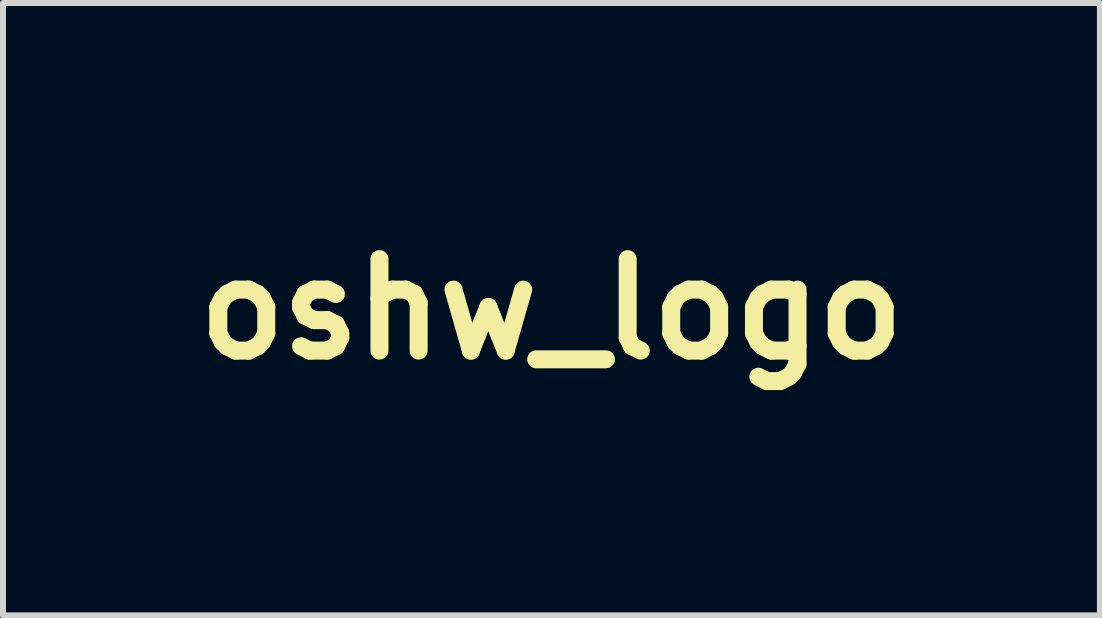
<source format=kicad_pcb>
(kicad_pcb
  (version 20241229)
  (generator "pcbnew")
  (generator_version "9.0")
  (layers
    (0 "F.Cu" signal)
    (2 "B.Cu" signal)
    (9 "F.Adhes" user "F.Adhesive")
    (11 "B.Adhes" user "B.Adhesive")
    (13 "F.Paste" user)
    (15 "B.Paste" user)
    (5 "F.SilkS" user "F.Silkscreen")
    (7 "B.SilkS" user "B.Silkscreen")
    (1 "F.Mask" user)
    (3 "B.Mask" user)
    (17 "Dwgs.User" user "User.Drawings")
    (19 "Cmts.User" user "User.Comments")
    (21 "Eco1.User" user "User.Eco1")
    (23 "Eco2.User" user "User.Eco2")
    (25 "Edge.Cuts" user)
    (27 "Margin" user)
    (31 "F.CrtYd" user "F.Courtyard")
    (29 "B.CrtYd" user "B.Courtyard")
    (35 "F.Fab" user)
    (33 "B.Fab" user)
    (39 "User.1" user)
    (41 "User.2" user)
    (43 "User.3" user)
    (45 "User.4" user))
  (footprint "oshw_logo"
    (layer "F.Cu")
    (at 6.14 2.103)
    (property "Reference" "oshw_logo" (at 0 0 0) (layer "F.SilkS") (effects (font (size 1.524 1.524) (thickness 0.3))))
    (attr board_only exclude_from_pos_files exclude_from_bom)
    (fp_poly (pts (xy 1.168 1.686) (xy 1.198 1.702) (xy 1.2 1.706) (xy 1.198 1.714) (xy 1.19 1.725) (xy 1.176 1.743) (xy 1.175 1.744) (xy 1.145 1.781) (xy 1.124 1.77) (xy 1.098 1.762) (xy 1.071 1.763) (xy 1.047 1.773) (xy 1.027 1.79) (xy 1.018 1.803) (xy 1.016 1.81) (xy 1.013 1.818) (xy 1.012 1.83) (xy 1.011 1.845) (xy 1.01 1.867) (xy 1.009 1.895) (xy 1.009 1.932) (xy 1.009 1.959) (xy 1.009 2.097) (xy 0.925 2.097) (xy 0.925 1.682) (xy 1.009 1.682) (xy 1.009 1.719) (xy 1.028 1.705) (xy 1.06 1.687) (xy 1.095 1.678) (xy 1.132 1.678)) (stroke (width 0) (type solid)) (fill yes) (layer "F.Mask"))
    (fp_poly (pts (xy -0.523 1.685) (xy -0.511 1.69) (xy -0.496 1.697) (xy -0.486 1.704) (xy -0.484 1.707) (xy -0.487 1.713) (xy -0.495 1.724) (xy -0.507 1.74) (xy -0.513 1.746) (xy -0.542 1.782) (xy -0.559 1.771) (xy -0.583 1.762) (xy -0.609 1.762) (xy -0.634 1.77) (xy -0.655 1.786) (xy -0.666 1.803) (xy -0.67 1.81) (xy -0.673 1.818) (xy -0.675 1.827) (xy -0.676 1.839) (xy -0.677 1.855) (xy -0.678 1.877) (xy -0.678 1.906) (xy -0.678 1.944) (xy -0.678 1.962) (xy -0.678 2.097) (xy -0.762 2.097) (xy -0.762 1.682) (xy -0.678 1.682) (xy -0.678 1.725) (xy -0.657 1.707) (xy -0.628 1.688) (xy -0.594 1.678) (xy -0.558 1.677)) (stroke (width 0) (type solid)) (fill yes) (layer "F.Mask"))
    (fp_poly (pts (xy 1.237 1.019) (xy 1.269 1.025) (xy 1.292 1.036) (xy 1.309 1.047) (xy 1.299 1.061) (xy 1.289 1.073) (xy 1.276 1.088) (xy 1.268 1.098) (xy 1.248 1.121) (xy 1.231 1.112) (xy 1.21 1.106) (xy 1.186 1.104) (xy 1.164 1.108) (xy 1.15 1.114) (xy 1.14 1.12) (xy 1.133 1.126) (xy 1.128 1.133) (xy 1.123 1.143) (xy 1.12 1.156) (xy 1.118 1.174) (xy 1.117 1.199) (xy 1.116 1.23) (xy 1.115 1.271) (xy 1.114 1.293) (xy 1.112 1.438) (xy 1.068 1.439) (xy 1.025 1.441) (xy 1.025 1.019) (xy 1.068 1.021) (xy 1.112 1.022) (xy 1.114 1.043) (xy 1.116 1.056) (xy 1.119 1.059) (xy 1.124 1.056) (xy 1.124 1.055) (xy 1.145 1.037) (xy 1.173 1.025) (xy 1.204 1.018)) (stroke (width 0) (type solid)) (fill yes) (layer "F.Mask"))
    (fp_poly (pts (xy 0.69 1.164) (xy 0.69 1.207) (xy 0.691 1.24) (xy 0.691 1.266) (xy 0.692 1.285) (xy 0.694 1.299) (xy 0.695 1.308) (xy 0.697 1.315) (xy 0.7 1.32) (xy 0.702 1.323) (xy 0.72 1.342) (xy 0.739 1.353) (xy 0.762 1.357) (xy 0.766 1.357) (xy 0.796 1.353) (xy 0.818 1.342) (xy 0.836 1.321) (xy 0.84 1.314) (xy 0.843 1.307) (xy 0.846 1.299) (xy 0.848 1.29) (xy 0.85 1.278) (xy 0.851 1.262) (xy 0.851 1.24) (xy 0.851 1.211) (xy 0.852 1.173) (xy 0.852 1.155) (xy 0.852 1.02) (xy 0.936 1.02) (xy 0.936 1.44) (xy 0.852 1.44) (xy 0.852 1.399) (xy 0.825 1.417) (xy 0.791 1.434) (xy 0.755 1.443) (xy 0.72 1.442) (xy 0.712 1.441) (xy 0.676 1.427) (xy 0.645 1.404) (xy 0.622 1.374) (xy 0.614 1.359) (xy 0.611 1.351) (xy 0.608 1.343) (xy 0.606 1.334) (xy 0.604 1.323) (xy 0.603 1.308) (xy 0.602 1.287) (xy 0.602 1.261) (xy 0.602 1.226) (xy 0.602 1.183) (xy 0.602 1.177) (xy 0.602 1.022) (xy 0.645 1.021) (xy 0.688 1.019)) (stroke (width 0) (type solid)) (fill yes) (layer "F.Mask"))
    (fp_poly (pts (xy -0.56 1.02) (xy -0.53 1.028) (xy -0.523 1.032) (xy -0.494 1.05) (xy -0.472 1.074) (xy -0.456 1.101) (xy -0.453 1.109) (xy -0.45 1.117) (xy -0.448 1.126) (xy -0.446 1.138) (xy -0.445 1.154) (xy -0.444 1.175) (xy -0.444 1.202) (xy -0.443 1.238) (xy -0.442 1.282) (xy -0.442 1.284) (xy -0.441 1.441) (xy -0.485 1.439) (xy -0.528 1.438) (xy -0.531 1.296) (xy -0.532 1.253) (xy -0.533 1.219) (xy -0.534 1.193) (xy -0.535 1.174) (xy -0.536 1.16) (xy -0.538 1.15) (xy -0.541 1.143) (xy -0.543 1.137) (xy -0.56 1.118) (xy -0.582 1.107) (xy -0.61 1.104) (xy -0.638 1.107) (xy -0.66 1.117) (xy -0.677 1.136) (xy -0.679 1.139) (xy -0.683 1.146) (xy -0.686 1.152) (xy -0.688 1.16) (xy -0.689 1.171) (xy -0.691 1.186) (xy -0.691 1.206) (xy -0.692 1.233) (xy -0.693 1.269) (xy -0.693 1.3) (xy -0.695 1.44) (xy -0.778 1.44) (xy -0.778 1.02) (xy -0.694 1.02) (xy -0.694 1.041) (xy -0.693 1.056) (xy -0.689 1.061) (xy -0.681 1.057) (xy -0.673 1.049) (xy -0.651 1.033) (xy -0.623 1.022) (xy -0.592 1.018)) (stroke (width 0) (type solid)) (fill yes) (layer "F.Mask"))
    (fp_poly (pts (xy -0.994 1.019) (xy -0.957 1.029) (xy -0.923 1.047) (xy -0.9 1.066) (xy -0.877 1.094) (xy -0.861 1.126) (xy -0.851 1.163) (xy -0.847 1.208) (xy -0.846 1.229) (xy -0.846 1.262) (xy -1.11 1.262) (xy -1.106 1.281) (xy -1.097 1.311) (xy -1.08 1.335) (xy -1.059 1.351) (xy -1.029 1.36) (xy -0.995 1.36) (xy -0.962 1.352) (xy -0.93 1.335) (xy -0.928 1.333) (xy -0.921 1.329) (xy -0.915 1.329) (xy -0.907 1.334) (xy -0.894 1.344) (xy -0.887 1.35) (xy -0.857 1.375) (xy -0.88 1.397) (xy -0.899 1.411) (xy -0.92 1.424) (xy -0.932 1.429) (xy -0.961 1.437) (xy -0.995 1.442) (xy -1.027 1.443) (xy -1.051 1.44) (xy -1.087 1.429) (xy -1.12 1.41) (xy -1.139 1.394) (xy -1.161 1.364) (xy -1.177 1.329) (xy -1.187 1.288) (xy -1.192 1.244) (xy -1.19 1.2) (xy -1.189 1.193) (xy -1.109 1.193) (xy -0.936 1.193) (xy -0.936 1.178) (xy -0.94 1.158) (xy -0.95 1.137) (xy -0.965 1.118) (xy -0.978 1.108) (xy -1.002 1.1) (xy -1.029 1.099) (xy -1.054 1.104) (xy -1.068 1.111) (xy -1.086 1.129) (xy -1.1 1.155) (xy -1.106 1.176) (xy -1.109 1.193) (xy -1.189 1.193) (xy -1.183 1.157) (xy -1.171 1.118) (xy -1.152 1.083) (xy -1.135 1.062) (xy -1.105 1.039) (xy -1.07 1.024) (xy -1.033 1.018)) (stroke (width 0) (type solid)) (fill yes) (layer "F.Mask"))
    (fp_poly (pts (xy 1.411 1.68) (xy 1.45 1.691) (xy 1.484 1.711) (xy 1.512 1.739) (xy 1.53 1.769) (xy 1.538 1.786) (xy 1.543 1.8) (xy 1.546 1.815) (xy 1.548 1.834) (xy 1.55 1.86) (xy 1.55 1.864) (xy 1.552 1.924) (xy 1.292 1.924) (xy 1.295 1.946) (xy 1.303 1.973) (xy 1.32 1.995) (xy 1.344 2.012) (xy 1.372 2.021) (xy 1.395 2.021) (xy 1.422 2.016) (xy 1.447 2.006) (xy 1.465 1.995) (xy 1.481 1.982) (xy 1.509 2.006) (xy 1.523 2.019) (xy 1.534 2.029) (xy 1.539 2.034) (xy 1.539 2.034) (xy 1.536 2.041) (xy 1.527 2.05) (xy 1.512 2.062) (xy 1.495 2.074) (xy 1.477 2.084) (xy 1.472 2.086) (xy 1.446 2.095) (xy 1.414 2.1) (xy 1.381 2.102) (xy 1.351 2.1) (xy 1.333 2.096) (xy 1.299 2.082) (xy 1.272 2.065) (xy 1.251 2.042) (xy 1.238 2.024) (xy 1.223 1.991) (xy 1.212 1.951) (xy 1.207 1.907) (xy 1.208 1.86) (xy 1.209 1.851) (xy 1.209 1.85) (xy 1.292 1.85) (xy 1.466 1.85) (xy 1.463 1.833) (xy 1.453 1.802) (xy 1.436 1.779) (xy 1.414 1.763) (xy 1.386 1.757) (xy 1.371 1.757) (xy 1.342 1.765) (xy 1.319 1.78) (xy 1.302 1.803) (xy 1.295 1.828) (xy 1.292 1.85) (xy 1.209 1.85) (xy 1.218 1.803) (xy 1.234 1.762) (xy 1.257 1.729) (xy 1.286 1.703) (xy 1.321 1.687) (xy 1.362 1.678) (xy 1.367 1.678)) (stroke (width 0) (type solid)) (fill yes) (layer "F.Mask"))
    (fp_poly (pts (xy 1.88 1.024) (xy 1.918 1.04) (xy 1.95 1.064) (xy 1.969 1.086) (xy 1.984 1.108) (xy 1.993 1.133) (xy 1.999 1.164) (xy 2.002 1.202) (xy 2.004 1.262) (xy 1.745 1.262) (xy 1.745 1.276) (xy 1.749 1.294) (xy 1.758 1.315) (xy 1.77 1.334) (xy 1.783 1.348) (xy 1.8 1.355) (xy 1.822 1.36) (xy 1.847 1.361) (xy 1.87 1.359) (xy 1.878 1.356) (xy 1.895 1.349) (xy 1.913 1.339) (xy 1.916 1.337) (xy 1.935 1.324) (xy 1.964 1.349) (xy 1.978 1.361) (xy 1.988 1.372) (xy 1.992 1.377) (xy 1.992 1.377) (xy 1.989 1.383) (xy 1.979 1.392) (xy 1.974 1.397) (xy 1.936 1.422) (xy 1.893 1.438) (xy 1.848 1.444) (xy 1.803 1.441) (xy 1.8 1.44) (xy 1.76 1.427) (xy 1.725 1.406) (xy 1.698 1.376) (xy 1.677 1.339) (xy 1.667 1.307) (xy 1.663 1.284) (xy 1.661 1.255) (xy 1.661 1.224) (xy 1.662 1.194) (xy 1.662 1.193) (xy 1.745 1.193) (xy 1.92 1.193) (xy 1.916 1.174) (xy 1.906 1.143) (xy 1.889 1.12) (xy 1.866 1.105) (xy 1.838 1.099) (xy 1.832 1.099) (xy 1.808 1.101) (xy 1.788 1.108) (xy 1.787 1.108) (xy 1.771 1.122) (xy 1.757 1.141) (xy 1.748 1.163) (xy 1.745 1.178) (xy 1.745 1.193) (xy 1.662 1.193) (xy 1.664 1.168) (xy 1.666 1.162) (xy 1.68 1.117) (xy 1.701 1.08) (xy 1.729 1.052) (xy 1.763 1.031) (xy 1.799 1.02) (xy 1.84 1.017)) (stroke (width 0) (type solid)) (fill yes) (layer "F.Mask"))
    (fp_poly (pts (xy 1.501 1.016) (xy 1.521 1.02) (xy 1.53 1.022) (xy 1.564 1.034) (xy 1.596 1.052) (xy 1.622 1.072) (xy 1.624 1.075) (xy 1.632 1.084) (xy 1.633 1.09) (xy 1.628 1.097) (xy 1.626 1.099) (xy 1.616 1.109) (xy 1.602 1.122) (xy 1.597 1.126) (xy 1.578 1.141) (xy 1.553 1.124) (xy 1.538 1.114) (xy 1.522 1.108) (xy 1.503 1.106) (xy 1.494 1.105) (xy 1.46 1.107) (xy 1.434 1.116) (xy 1.413 1.133) (xy 1.399 1.154) (xy 1.392 1.168) (xy 1.388 1.182) (xy 1.386 1.199) (xy 1.386 1.223) (xy 1.386 1.23) (xy 1.386 1.256) (xy 1.388 1.275) (xy 1.391 1.289) (xy 1.397 1.304) (xy 1.398 1.305) (xy 1.415 1.329) (xy 1.438 1.346) (xy 1.466 1.355) (xy 1.495 1.357) (xy 1.526 1.351) (xy 1.554 1.336) (xy 1.558 1.333) (xy 1.577 1.319) (xy 1.597 1.334) (xy 1.611 1.346) (xy 1.623 1.358) (xy 1.626 1.361) (xy 1.633 1.369) (xy 1.633 1.375) (xy 1.626 1.383) (xy 1.606 1.401) (xy 1.578 1.419) (xy 1.549 1.432) (xy 1.539 1.436) (xy 1.515 1.442) (xy 1.494 1.445) (xy 1.471 1.443) (xy 1.45 1.44) (xy 1.419 1.431) (xy 1.386 1.415) (xy 1.359 1.394) (xy 1.353 1.389) (xy 1.331 1.359) (xy 1.314 1.322) (xy 1.303 1.279) (xy 1.299 1.233) (xy 1.302 1.187) (xy 1.313 1.14) (xy 1.331 1.1) (xy 1.356 1.068) (xy 1.388 1.044) (xy 1.428 1.027) (xy 1.46 1.019) (xy 1.483 1.016)) (stroke (width 0) (type solid)) (fill yes) (layer "F.Mask"))
    (fp_poly (pts (xy -1.798 1.018) (xy -1.761 1.028) (xy -1.728 1.045) (xy -1.699 1.07) (xy -1.676 1.101) (xy -1.668 1.118) (xy -1.662 1.139) (xy -1.658 1.168) (xy -1.656 1.202) (xy -1.655 1.238) (xy -1.657 1.274) (xy -1.66 1.306) (xy -1.665 1.332) (xy -1.669 1.343) (xy -1.687 1.376) (xy -1.714 1.404) (xy -1.745 1.425) (xy -1.766 1.434) (xy -1.798 1.44) (xy -1.832 1.443) (xy -1.861 1.44) (xy -1.899 1.428) (xy -1.934 1.407) (xy -1.947 1.395) (xy -1.966 1.372) (xy -1.981 1.346) (xy -1.99 1.316) (xy -1.996 1.279) (xy -1.998 1.233) (xy -1.998 1.23) (xy -1.911 1.23) (xy -1.91 1.264) (xy -1.908 1.289) (xy -1.903 1.309) (xy -1.895 1.323) (xy -1.884 1.335) (xy -1.876 1.342) (xy -1.853 1.353) (xy -1.825 1.357) (xy -1.797 1.353) (xy -1.772 1.342) (xy -1.772 1.342) (xy -1.759 1.33) (xy -1.75 1.312) (xy -1.744 1.287) (xy -1.741 1.254) (xy -1.74 1.23) (xy -1.74 1.202) (xy -1.741 1.183) (xy -1.743 1.168) (xy -1.747 1.156) (xy -1.752 1.146) (xy -1.768 1.124) (xy -1.79 1.11) (xy -1.815 1.104) (xy -1.84 1.104) (xy -1.865 1.113) (xy -1.887 1.129) (xy -1.9 1.146) (xy -1.905 1.155) (xy -1.908 1.166) (xy -1.91 1.18) (xy -1.911 1.199) (xy -1.911 1.227) (xy -1.911 1.23) (xy -1.998 1.23) (xy -1.996 1.185) (xy -1.991 1.149) (xy -1.982 1.118) (xy -1.969 1.093) (xy -1.951 1.07) (xy -1.943 1.063) (xy -1.91 1.039) (xy -1.873 1.023) (xy -1.836 1.017)) (stroke (width 0) (type solid)) (fill yes) (layer "F.Mask"))
    (fp_poly (pts (xy 0.388 1.019) (xy 0.425 1.03) (xy 0.458 1.048) (xy 0.486 1.073) (xy 0.501 1.091) (xy 0.512 1.109) (xy 0.52 1.13) (xy 0.525 1.154) (xy 0.527 1.183) (xy 0.528 1.221) (xy 0.528 1.233) (xy 0.528 1.265) (xy 0.527 1.288) (xy 0.526 1.306) (xy 0.523 1.32) (xy 0.519 1.333) (xy 0.516 1.341) (xy 0.501 1.369) (xy 0.478 1.395) (xy 0.451 1.418) (xy 0.43 1.43) (xy 0.4 1.438) (xy 0.367 1.442) (xy 0.333 1.441) (xy 0.325 1.44) (xy 0.286 1.428) (xy 0.252 1.408) (xy 0.224 1.38) (xy 0.204 1.348) (xy 0.197 1.324) (xy 0.191 1.292) (xy 0.188 1.256) (xy 0.188 1.23) (xy 0.273 1.23) (xy 0.275 1.268) (xy 0.279 1.298) (xy 0.286 1.32) (xy 0.297 1.335) (xy 0.313 1.346) (xy 0.335 1.354) (xy 0.335 1.354) (xy 0.366 1.357) (xy 0.394 1.351) (xy 0.41 1.342) (xy 0.423 1.33) (xy 0.433 1.317) (xy 0.439 1.3) (xy 0.443 1.279) (xy 0.444 1.249) (xy 0.444 1.23) (xy 0.444 1.201) (xy 0.443 1.181) (xy 0.441 1.167) (xy 0.438 1.156) (xy 0.434 1.147) (xy 0.433 1.146) (xy 0.414 1.123) (xy 0.39 1.109) (xy 0.361 1.104) (xy 0.361 1.104) (xy 0.33 1.108) (xy 0.306 1.12) (xy 0.289 1.14) (xy 0.285 1.146) (xy 0.28 1.158) (xy 0.276 1.17) (xy 0.274 1.185) (xy 0.274 1.205) (xy 0.273 1.23) (xy 0.188 1.23) (xy 0.188 1.218) (xy 0.19 1.181) (xy 0.194 1.148) (xy 0.2 1.121) (xy 0.202 1.116) (xy 0.222 1.082) (xy 0.248 1.055) (xy 0.279 1.035) (xy 0.314 1.022) (xy 0.351 1.017)) (stroke (width 0) (type solid)) (fill yes) (layer "F.Mask"))
    (fp_poly (pts (xy -0.147 2.097) (xy -0.231 2.097) (xy -0.231 2.079) (xy -0.233 2.065) (xy -0.237 2.061) (xy -0.246 2.067) (xy -0.25 2.071) (xy -0.263 2.081) (xy -0.284 2.09) (xy -0.308 2.098) (xy -0.331 2.102) (xy -0.341 2.102) (xy -0.361 2.1) (xy -0.382 2.096) (xy -0.387 2.094) (xy -0.415 2.08) (xy -0.44 2.058) (xy -0.46 2.031) (xy -0.463 2.025) (xy -0.468 2.016) (xy -0.471 2.007) (xy -0.473 1.997) (xy -0.474 1.984) (xy -0.475 1.965) (xy -0.476 1.941) (xy -0.476 1.915) (xy -0.393 1.915) (xy -0.39 1.95) (xy -0.381 1.977) (xy -0.369 1.997) (xy -0.351 2.009) (xy -0.346 2.011) (xy -0.318 2.018) (xy -0.293 2.015) (xy -0.275 2.008) (xy -0.26 1.999) (xy -0.249 1.988) (xy -0.242 1.974) (xy -0.237 1.954) (xy -0.235 1.927) (xy -0.234 1.891) (xy -0.234 1.89) (xy -0.234 1.86) (xy -0.235 1.839) (xy -0.237 1.824) (xy -0.24 1.812) (xy -0.244 1.802) (xy -0.245 1.8) (xy -0.26 1.78) (xy -0.281 1.767) (xy -0.306 1.761) (xy -0.33 1.762) (xy -0.353 1.77) (xy -0.373 1.786) (xy -0.382 1.799) (xy -0.387 1.815) (xy -0.391 1.841) (xy -0.393 1.871) (xy -0.393 1.915) (xy -0.476 1.915) (xy -0.476 1.908) (xy -0.476 1.892) (xy -0.475 1.849) (xy -0.474 1.815) (xy -0.472 1.789) (xy -0.469 1.768) (xy -0.463 1.751) (xy -0.455 1.738) (xy -0.445 1.725) (xy -0.431 1.712) (xy -0.405 1.693) (xy -0.377 1.681) (xy -0.344 1.677) (xy -0.336 1.677) (xy -0.313 1.68) (xy -0.288 1.686) (xy -0.266 1.696) (xy -0.25 1.708) (xy -0.248 1.71) (xy -0.24 1.717) (xy -0.236 1.719) (xy -0.235 1.714) (xy -0.233 1.7) (xy -0.232 1.679) (xy -0.231 1.652) (xy -0.23 1.62) (xy -0.23 1.615) (xy -0.229 1.511) (xy -0.147 1.508)) (stroke (width 0) (type solid)) (fill yes) (layer "F.Mask"))
    (fp_poly (pts (xy -0.009 1.018) (xy 0.021 1.023) (xy 0.048 1.029) (xy 0.068 1.036) (xy 0.088 1.046) (xy 0.105 1.056) (xy 0.119 1.065) (xy 0.126 1.073) (xy 0.126 1.074) (xy 0.123 1.08) (xy 0.115 1.091) (xy 0.103 1.106) (xy 0.102 1.107) (xy 0.078 1.135) (xy 0.049 1.119) (xy 0.023 1.107) (xy -0.006 1.101) (xy -0.036 1.098) (xy -0.062 1.101) (xy -0.078 1.106) (xy -0.095 1.119) (xy -0.103 1.135) (xy -0.103 1.151) (xy -0.096 1.166) (xy -0.084 1.175) (xy -0.071 1.179) (xy -0.052 1.183) (xy -0.031 1.186) (xy -0.031 1.186) (xy 0.013 1.19) (xy 0.048 1.196) (xy 0.075 1.205) (xy 0.096 1.216) (xy 0.112 1.231) (xy 0.124 1.25) (xy 0.125 1.252) (xy 0.135 1.279) (xy 0.138 1.31) (xy 0.136 1.34) (xy 0.129 1.363) (xy 0.111 1.389) (xy 0.085 1.411) (xy 0.052 1.427) (xy 0.015 1.439) (xy -0.026 1.443) (xy -0.068 1.441) (xy -0.079 1.44) (xy -0.1 1.435) (xy -0.123 1.427) (xy -0.141 1.419) (xy -0.16 1.409) (xy -0.18 1.398) (xy -0.197 1.386) (xy -0.209 1.376) (xy -0.215 1.369) (xy -0.215 1.368) (xy -0.212 1.363) (xy -0.202 1.353) (xy -0.188 1.34) (xy -0.187 1.339) (xy -0.158 1.314) (xy -0.134 1.33) (xy -0.102 1.348) (xy -0.069 1.358) (xy -0.032 1.361) (xy -0.031 1.361) (xy 0.003 1.359) (xy 0.028 1.351) (xy 0.044 1.339) (xy 0.051 1.321) (xy 0.052 1.308) (xy 0.048 1.295) (xy 0.041 1.285) (xy 0.028 1.278) (xy 0.007 1.273) (xy -0.022 1.268) (xy -0.037 1.267) (xy -0.079 1.261) (xy -0.113 1.253) (xy -0.14 1.241) (xy -0.159 1.226) (xy -0.174 1.206) (xy -0.179 1.196) (xy -0.185 1.177) (xy -0.189 1.156) (xy -0.189 1.149) (xy -0.185 1.112) (xy -0.172 1.08) (xy -0.151 1.054) (xy -0.121 1.035) (xy -0.082 1.022) (xy -0.06 1.017) (xy -0.037 1.016)) (stroke (width 0) (type solid)) (fill yes) (layer "F.Mask"))
    (fp_poly (pts (xy -1.009 1.678) (xy -0.982 1.679) (xy -0.962 1.682) (xy -0.946 1.685) (xy -0.931 1.691) (xy -0.923 1.695) (xy -0.894 1.713) (xy -0.873 1.738) (xy -0.862 1.761) (xy -0.86 1.771) (xy -0.858 1.787) (xy -0.856 1.811) (xy -0.855 1.844) (xy -0.854 1.885) (xy -0.853 1.936) (xy -0.853 1.938) (xy -0.851 2.097) (xy -0.941 2.097) (xy -0.941 2.065) (xy -0.957 2.078) (xy -0.973 2.089) (xy -0.991 2.097) (xy -0.992 2.097) (xy -1.017 2.101) (xy -1.046 2.102) (xy -1.076 2.1) (xy -1.097 2.095) (xy -1.131 2.08) (xy -1.158 2.058) (xy -1.178 2.031) (xy -1.185 2.014) (xy -1.19 1.985) (xy -1.189 1.974) (xy -1.109 1.974) (xy -1.103 1.992) (xy -1.09 2.007) (xy -1.071 2.017) (xy -1.064 2.019) (xy -1.048 2.021) (xy -1.026 2.021) (xy -1.003 2.021) (xy -0.982 2.019) (xy -0.967 2.016) (xy -0.965 2.015) (xy -0.954 2.006) (xy -0.946 1.988) (xy -0.941 1.965) (xy -0.941 1.953) (xy -0.941 1.923) (xy -1.011 1.925) (xy -1.04 1.926) (xy -1.06 1.927) (xy -1.074 1.928) (xy -1.083 1.931) (xy -1.09 1.935) (xy -1.096 1.939) (xy -1.107 1.956) (xy -1.109 1.974) (xy -1.189 1.974) (xy -1.187 1.954) (xy -1.178 1.923) (xy -1.163 1.897) (xy -1.153 1.886) (xy -1.139 1.874) (xy -1.124 1.866) (xy -1.106 1.86) (xy -1.084 1.855) (xy -1.054 1.853) (xy -1.018 1.851) (xy -0.941 1.849) (xy -0.941 1.821) (xy -0.942 1.802) (xy -0.945 1.787) (xy -0.947 1.781) (xy -0.958 1.769) (xy -0.978 1.761) (xy -1.003 1.756) (xy -1.016 1.756) (xy -1.046 1.757) (xy -1.067 1.761) (xy -1.083 1.769) (xy -1.091 1.775) (xy -1.104 1.787) (xy -1.136 1.763) (xy -1.151 1.75) (xy -1.162 1.741) (xy -1.167 1.735) (xy -1.167 1.734) (xy -1.163 1.729) (xy -1.154 1.719) (xy -1.145 1.711) (xy -1.123 1.696) (xy -1.098 1.685) (xy -1.068 1.679) (xy -1.031 1.677)) (stroke (width 0) (type solid)) (fill yes) (layer "F.Mask"))
    (fp_poly (pts (xy 0.687 1.678) (xy 0.721 1.682) (xy 0.738 1.686) (xy 0.766 1.698) (xy 0.791 1.715) (xy 0.811 1.737) (xy 0.824 1.76) (xy 0.825 1.764) (xy 0.827 1.776) (xy 0.828 1.797) (xy 0.829 1.828) (xy 0.83 1.866) (xy 0.83 1.912) (xy 0.831 1.941) (xy 0.831 2.097) (xy 0.746 2.097) (xy 0.746 2.065) (xy 0.731 2.078) (xy 0.714 2.089) (xy 0.696 2.097) (xy 0.695 2.097) (xy 0.669 2.101) (xy 0.638 2.102) (xy 0.608 2.099) (xy 0.583 2.093) (xy 0.582 2.093) (xy 0.549 2.076) (xy 0.523 2.053) (xy 0.505 2.024) (xy 0.497 1.992) (xy 0.497 1.973) (xy 0.578 1.973) (xy 0.583 1.993) (xy 0.595 2.008) (xy 0.611 2.016) (xy 0.626 2.019) (xy 0.633 2.021) (xy 0.649 2.022) (xy 0.669 2.022) (xy 0.691 2.019) (xy 0.71 2.016) (xy 0.723 2.011) (xy 0.724 2.011) (xy 0.737 1.998) (xy 0.744 1.979) (xy 0.746 1.952) (xy 0.746 1.95) (xy 0.746 1.924) (xy 0.68 1.924) (xy 0.645 1.925) (xy 0.618 1.927) (xy 0.599 1.932) (xy 0.588 1.94) (xy 0.581 1.952) (xy 0.579 1.968) (xy 0.578 1.973) (xy 0.497 1.973) (xy 0.497 1.956) (xy 0.501 1.939) (xy 0.516 1.908) (xy 0.539 1.882) (xy 0.568 1.864) (xy 0.579 1.86) (xy 0.592 1.856) (xy 0.608 1.854) (xy 0.63 1.853) (xy 0.66 1.851) (xy 0.669 1.851) (xy 0.746 1.849) (xy 0.746 1.819) (xy 0.745 1.796) (xy 0.74 1.782) (xy 0.737 1.778) (xy 0.721 1.766) (xy 0.698 1.759) (xy 0.672 1.756) (xy 0.644 1.757) (xy 0.619 1.761) (xy 0.599 1.771) (xy 0.59 1.778) (xy 0.585 1.782) (xy 0.579 1.782) (xy 0.57 1.777) (xy 0.556 1.767) (xy 0.551 1.763) (xy 0.536 1.751) (xy 0.525 1.741) (xy 0.52 1.735) (xy 0.52 1.735) (xy 0.525 1.727) (xy 0.536 1.716) (xy 0.552 1.705) (xy 0.569 1.694) (xy 0.586 1.686) (xy 0.589 1.685) (xy 0.618 1.68) (xy 0.652 1.677)) (stroke (width 0) (type solid)) (fill yes) (layer "F.Mask"))
    (fp_poly (pts (xy 0.272 1.824) (xy 0.283 1.86) (xy 0.294 1.893) (xy 0.304 1.921) (xy 0.312 1.942) (xy 0.318 1.956) (xy 0.321 1.962) (xy 0.321 1.962) (xy 0.323 1.956) (xy 0.328 1.941) (xy 0.334 1.919) (xy 0.342 1.891) (xy 0.351 1.859) (xy 0.36 1.827) (xy 0.37 1.791) (xy 0.379 1.758) (xy 0.386 1.73) (xy 0.392 1.709) (xy 0.396 1.694) (xy 0.398 1.689) (xy 0.404 1.685) (xy 0.419 1.683) (xy 0.443 1.682) (xy 0.445 1.682) (xy 0.468 1.683) (xy 0.482 1.684) (xy 0.487 1.686) (xy 0.488 1.689) (xy 0.485 1.696) (xy 0.48 1.711) (xy 0.473 1.733) (xy 0.465 1.759) (xy 0.455 1.79) (xy 0.455 1.79) (xy 0.443 1.827) (xy 0.43 1.87) (xy 0.415 1.915) (xy 0.401 1.959) (xy 0.391 1.991) (xy 0.357 2.097) (xy 0.281 2.097) (xy 0.239 1.958) (xy 0.228 1.921) (xy 0.218 1.888) (xy 0.209 1.86) (xy 0.202 1.838) (xy 0.197 1.823) (xy 0.194 1.816) (xy 0.194 1.816) (xy 0.192 1.82) (xy 0.187 1.833) (xy 0.18 1.854) (xy 0.172 1.881) (xy 0.162 1.913) (xy 0.151 1.949) (xy 0.149 1.954) (xy 0.108 2.095) (xy 0.07 2.096) (xy 0.048 2.097) (xy 0.035 2.095) (xy 0.029 2.091) (xy 0.029 2.091) (xy 0.026 2.083) (xy 0.021 2.066) (xy 0.013 2.043) (xy 0.004 2.013) (xy -0.007 1.98) (xy -0.019 1.943) (xy -0.031 1.904) (xy -0.043 1.865) (xy -0.056 1.827) (xy -0.067 1.79) (xy -0.077 1.757) (xy -0.086 1.729) (xy -0.093 1.707) (xy -0.098 1.692) (xy -0.1 1.685) (xy -0.1 1.685) (xy -0.095 1.684) (xy -0.082 1.683) (xy -0.063 1.682) (xy -0.055 1.682) (xy -0.011 1.682) (xy -0.006 1.699) (xy -0.004 1.709) (xy 0.001 1.727) (xy 0.008 1.752) (xy 0.016 1.783) (xy 0.025 1.817) (xy 0.032 1.841) (xy 0.041 1.876) (xy 0.05 1.906) (xy 0.057 1.932) (xy 0.063 1.951) (xy 0.067 1.963) (xy 0.068 1.966) (xy 0.071 1.961) (xy 0.076 1.947) (xy 0.083 1.926) (xy 0.092 1.899) (xy 0.103 1.867) (xy 0.114 1.831) (xy 0.116 1.825) (xy 0.161 1.685) (xy 0.193 1.683) (xy 0.226 1.682)) (stroke (width 0) (type solid)) (fill yes) (layer "F.Mask"))
    (fp_poly (pts (xy -1.369 1.019) (xy -1.336 1.027) (xy -1.306 1.044) (xy -1.282 1.067) (xy -1.264 1.097) (xy -1.258 1.113) (xy -1.255 1.132) (xy -1.252 1.159) (xy -1.25 1.192) (xy -1.25 1.227) (xy -1.25 1.262) (xy -1.252 1.295) (xy -1.254 1.324) (xy -1.258 1.344) (xy -1.258 1.347) (xy -1.273 1.38) (xy -1.295 1.407) (xy -1.324 1.427) (xy -1.356 1.439) (xy -1.392 1.443) (xy -1.418 1.44) (xy -1.437 1.434) (xy -1.458 1.424) (xy -1.471 1.416) (xy -1.498 1.398) (xy -1.498 1.559) (xy -1.498 1.606) (xy -1.498 1.643) (xy -1.497 1.671) (xy -1.497 1.692) (xy -1.495 1.706) (xy -1.494 1.713) (xy -1.492 1.716) (xy -1.492 1.716) (xy -1.483 1.71) (xy -1.471 1.702) (xy -1.469 1.7) (xy -1.439 1.685) (xy -1.405 1.677) (xy -1.37 1.678) (xy -1.337 1.687) (xy -1.307 1.703) (xy -1.294 1.714) (xy -1.283 1.725) (xy -1.275 1.735) (xy -1.268 1.745) (xy -1.263 1.756) (xy -1.259 1.771) (xy -1.256 1.789) (xy -1.255 1.812) (xy -1.253 1.842) (xy -1.253 1.88) (xy -1.252 1.927) (xy -1.252 1.936) (xy -1.251 2.097) (xy -1.335 2.097) (xy -1.335 1.959) (xy -1.335 1.914) (xy -1.336 1.877) (xy -1.337 1.849) (xy -1.339 1.827) (xy -1.342 1.811) (xy -1.346 1.799) (xy -1.351 1.79) (xy -1.359 1.782) (xy -1.367 1.775) (xy -1.39 1.764) (xy -1.416 1.762) (xy -1.442 1.766) (xy -1.466 1.778) (xy -1.483 1.796) (xy -1.484 1.797) (xy -1.487 1.803) (xy -1.49 1.81) (xy -1.492 1.818) (xy -1.494 1.829) (xy -1.495 1.845) (xy -1.496 1.866) (xy -1.496 1.895) (xy -1.497 1.932) (xy -1.497 1.957) (xy -1.499 2.097) (xy -1.582 2.097) (xy -1.582 1.241) (xy -1.498 1.241) (xy -1.496 1.274) (xy -1.489 1.304) (xy -1.479 1.328) (xy -1.474 1.335) (xy -1.456 1.348) (xy -1.433 1.356) (xy -1.408 1.357) (xy -1.383 1.352) (xy -1.369 1.346) (xy -1.357 1.337) (xy -1.349 1.326) (xy -1.343 1.312) (xy -1.34 1.292) (xy -1.338 1.265) (xy -1.338 1.233) (xy -1.338 1.201) (xy -1.339 1.178) (xy -1.341 1.162) (xy -1.343 1.15) (xy -1.347 1.14) (xy -1.361 1.121) (xy -1.38 1.109) (xy -1.406 1.105) (xy -1.425 1.105) (xy -1.444 1.107) (xy -1.456 1.11) (xy -1.465 1.117) (xy -1.473 1.125) (xy -1.485 1.146) (xy -1.493 1.174) (xy -1.498 1.206) (xy -1.498 1.241) (xy -1.582 1.241) (xy -1.582 1.02) (xy -1.498 1.02) (xy -1.498 1.061) (xy -1.472 1.044) (xy -1.438 1.026) (xy -1.403 1.018)) (stroke (width 0) (type solid)) (fill yes) (layer "F.Mask"))
    (fp_poly (pts (xy 0.055 -2.103) (xy 0.097 -2.103) (xy 0.132 -2.102) (xy 0.158 -2.102) (xy 0.178 -2.101) (xy 0.193 -2.101) (xy 0.202 -2.099) (xy 0.209 -2.098) (xy 0.212 -2.096) (xy 0.215 -2.094) (xy 0.215 -2.092) (xy 0.218 -2.085) (xy 0.221 -2.069) (xy 0.227 -2.044) (xy 0.233 -2.013) (xy 0.24 -1.976) (xy 0.248 -1.935) (xy 0.257 -1.891) (xy 0.258 -1.884) (xy 0.266 -1.839) (xy 0.274 -1.798) (xy 0.282 -1.76) (xy 0.289 -1.729) (xy 0.294 -1.704) (xy 0.299 -1.687) (xy 0.301 -1.678) (xy 0.302 -1.678) (xy 0.309 -1.674) (xy 0.324 -1.666) (xy 0.346 -1.657) (xy 0.373 -1.645) (xy 0.403 -1.632) (xy 0.436 -1.619) (xy 0.469 -1.605) (xy 0.501 -1.592) (xy 0.53 -1.581) (xy 0.555 -1.571) (xy 0.575 -1.564) (xy 0.587 -1.561) (xy 0.589 -1.56) (xy 0.596 -1.562) (xy 0.61 -1.57) (xy 0.631 -1.582) (xy 0.66 -1.6) (xy 0.695 -1.624) (xy 0.739 -1.654) (xy 0.765 -1.671) (xy 0.809 -1.701) (xy 0.845 -1.726) (xy 0.874 -1.746) (xy 0.897 -1.762) (xy 0.915 -1.773) (xy 0.928 -1.781) (xy 0.937 -1.787) (xy 0.944 -1.79) (xy 0.948 -1.791) (xy 0.952 -1.791) (xy 0.954 -1.791) (xy 0.956 -1.79) (xy 0.962 -1.786) (xy 0.975 -1.774) (xy 0.993 -1.758) (xy 1.015 -1.737) (xy 1.04 -1.712) (xy 1.067 -1.685) (xy 1.096 -1.656) (xy 1.124 -1.627) (xy 1.152 -1.598) (xy 1.178 -1.571) (xy 1.201 -1.547) (xy 1.22 -1.526) (xy 1.235 -1.51) (xy 1.244 -1.499) (xy 1.246 -1.495) (xy 1.243 -1.488) (xy 1.235 -1.474) (xy 1.222 -1.453) (xy 1.205 -1.427) (xy 1.184 -1.396) (xy 1.161 -1.361) (xy 1.136 -1.324) (xy 1.133 -1.319) (xy 1.099 -1.269) (xy 1.071 -1.228) (xy 1.049 -1.194) (xy 1.033 -1.168) (xy 1.023 -1.15) (xy 1.02 -1.141) (xy 1.02 -1.141) (xy 1.022 -1.132) (xy 1.028 -1.115) (xy 1.036 -1.091) (xy 1.048 -1.063) (xy 1.061 -1.032) (xy 1.075 -0.998) (xy 1.089 -0.965) (xy 1.104 -0.933) (xy 1.117 -0.903) (xy 1.129 -0.878) (xy 1.139 -0.859) (xy 1.146 -0.846) (xy 1.149 -0.843) (xy 1.156 -0.841) (xy 1.173 -0.836) (xy 1.197 -0.831) (xy 1.228 -0.824) (xy 1.265 -0.817) (xy 1.306 -0.809) (xy 1.346 -0.802) (xy 1.389 -0.793) (xy 1.43 -0.786) (xy 1.466 -0.779) (xy 1.497 -0.773) (xy 1.521 -0.768) (xy 1.537 -0.764) (xy 1.544 -0.762) (xy 1.556 -0.757) (xy 1.556 -0.547) (xy 1.556 -0.495) (xy 1.556 -0.452) (xy 1.556 -0.417) (xy 1.555 -0.39) (xy 1.555 -0.37) (xy 1.554 -0.355) (xy 1.553 -0.345) (xy 1.551 -0.339) (xy 1.549 -0.335) (xy 1.547 -0.334) (xy 1.547 -0.334) (xy 1.54 -0.332) (xy 1.523 -0.328) (xy 1.499 -0.323) (xy 1.468 -0.317) (xy 1.432 -0.31) (xy 1.392 -0.302) (xy 1.349 -0.294) (xy 1.296 -0.284) (xy 1.253 -0.276) (xy 1.219 -0.269) (xy 1.193 -0.263) (xy 1.174 -0.258) (xy 1.161 -0.254) (xy 1.155 -0.251) (xy 1.153 -0.25) (xy 1.15 -0.243) (xy 1.143 -0.227) (xy 1.133 -0.204) (xy 1.121 -0.176) (xy 1.108 -0.143) (xy 1.093 -0.106) (xy 1.088 -0.094) (xy 1.069 -0.045) (xy 1.053 -0.005) (xy 1.042 0.025) (xy 1.035 0.048) (xy 1.032 0.062) (xy 1.031 0.067) (xy 1.035 0.075) (xy 1.044 0.09) (xy 1.057 0.111) (xy 1.074 0.138) (xy 1.095 0.169) (xy 1.118 0.204) (xy 1.14 0.235) (xy 1.164 0.271) (xy 1.187 0.305) (xy 1.207 0.335) (xy 1.223 0.36) (xy 1.236 0.38) (xy 1.243 0.393) (xy 1.246 0.399) (xy 1.242 0.404) (xy 1.232 0.416) (xy 1.216 0.434) (xy 1.194 0.457) (xy 1.169 0.483) (xy 1.14 0.513) (xy 1.108 0.545) (xy 1.1 0.554) (xy 1.061 0.591) (xy 1.03 0.622) (xy 1.005 0.647) (xy 0.985 0.666) (xy 0.969 0.68) (xy 0.958 0.689) (xy 0.95 0.694) (xy 0.945 0.696) (xy 0.943 0.696) (xy 0.937 0.692) (xy 0.922 0.683) (xy 0.902 0.669) (xy 0.876 0.652) (xy 0.845 0.631) (xy 0.811 0.608) (xy 0.781 0.588) (xy 0.745 0.563) (xy 0.712 0.541) (xy 0.682 0.522) (xy 0.657 0.505) (xy 0.637 0.493) (xy 0.624 0.486) (xy 0.619 0.484) (xy 0.611 0.486) (xy 0.596 0.493) (xy 0.575 0.502) (xy 0.551 0.515) (xy 0.54 0.521) (xy 0.515 0.534) (xy 0.492 0.544) (xy 0.475 0.552) (xy 0.463 0.556) (xy 0.461 0.556) (xy 0.458 0.554) (xy 0.453 0.547) (xy 0.447 0.535) (xy 0.439 0.517) (xy 0.428 0.493) (xy 0.414 0.463) (xy 0.398 0.425) (xy 0.379 0.379) (xy 0.356 0.326) (xy 0.33 0.263) (xy 0.312 0.219) (xy 0.289 0.163) (xy 0.267 0.109) (xy 0.246 0.059) (xy 0.228 0.013) (xy 0.211 -0.028) (xy 0.197 -0.063) (xy 0.186 -0.091) (xy 0.179 -0.112) (xy 0.174 -0.124) (xy 0.173 -0.127) (xy 0.178 -0.136) (xy 0.191 -0.148) (xy 0.196 -0.151) (xy 0.211 -0.161) (xy 0.23 -0.175) (xy 0.251 -0.19) (xy 0.256 -0.193) (xy 0.307 -0.237) (xy 0.35 -0.287) (xy 0.384 -0.342) (xy 0.41 -0.4) (xy 0.427 -0.462) (xy 0.435 -0.526) (xy 0.433 -0.591) (xy 0.421 -0.656) (xy 0.402 -0.711) (xy 0.386 -0.747) (xy 0.367 -0.779) (xy 0.343 -0.811) (xy 0.312 -0.845) (xy 0.305 -0.852) (xy 0.258 -0.893) (xy 0.21 -0.925) (xy 0.157 -0.95) (xy 0.118 -0.963) (xy 0.081 -0.971) (xy 0.037 -0.975) (xy -0.01 -0.976) (xy -0.055 -0.973) (xy -0.096 -0.967) (xy -0.113 -0.963) (xy -0.175 -0.94) (xy -0.232 -0.908) (xy -0.284 -0.869) (xy -0.329 -0.822) (xy -0.367 -0.77) (xy -0.396 -0.712) (xy -0.417 -0.651) (xy -0.421 -0.634) (xy -0.43 -0.568) (xy -0.428 -0.502) (xy -0.416 -0.438) (xy -0.396 -0.377) (xy -0.366 -0.319) (xy -0.328 -0.266) (xy -0.282 -0.219) (xy -0.251 -0.193) (xy -0.23 -0.179) (xy -0.21 -0.164) (xy -0.194 -0.153) (xy -0.191 -0.151) (xy -0.176 -0.14) (xy -0.169 -0.129) (xy -0.168 -0.127) (xy -0.17 -0.12) (xy -0.176 -0.105) (xy -0.185 -0.082) (xy -0.197 -0.051) (xy -0.212 -0.014) (xy -0.229 0.029) (xy -0.249 0.077) (xy -0.27 0.128) (xy -0.292 0.183) (xy -0.307 0.219) (xy -0.335 0.288) (xy -0.36 0.347) (xy -0.381 0.398) (xy -0.4 0.44) (xy -0.415 0.475) (xy -0.427 0.503) (xy -0.437 0.524) (xy -0.444 0.54) (xy -0.45 0.55) (xy -0.454 0.555) (xy -0.456 0.556) (xy -0.463 0.554) (xy -0.479 0.548) (xy -0.499 0.539) (xy -0.523 0.526) (xy -0.534 0.521) (xy -0.559 0.508) (xy -0.582 0.496) (xy -0.6 0.488) (xy -0.611 0.484) (xy -0.614 0.484) (xy -0.62 0.486) (xy -0.635 0.495) (xy -0.655 0.508) (xy -0.681 0.524) (xy -0.712 0.544) (xy -0.746 0.567) (xy -0.776 0.588) (xy -0.812 0.612) (xy -0.845 0.635) (xy -0.875 0.655) (xy -0.9 0.672) (xy -0.92 0.685) (xy -0.933 0.693) (xy -0.938 0.696) (xy -0.942 0.696) (xy -0.948 0.692) (xy -0.957 0.686) (xy -0.97 0.675) (xy -0.987 0.659) (xy -1.009 0.638) (xy -1.037 0.611) (xy -1.071 0.577) (xy -1.094 0.554) (xy -1.127 0.521) (xy -1.156 0.491) (xy -1.183 0.463) (xy -1.205 0.44) (xy -1.223 0.42) (xy -1.235 0.407) (xy -1.24 0.399) (xy -1.241 0.399) (xy -1.238 0.392) (xy -1.229 0.378) (xy -1.217 0.358) (xy -1.2 0.332) (xy -1.179 0.302) (xy -1.157 0.268) (xy -1.135 0.235) (xy -1.11 0.199) (xy -1.087 0.165) (xy -1.067 0.135) (xy -1.05 0.108) (xy -1.037 0.088) (xy -1.029 0.073) (xy -1.026 0.067) (xy -1.027 0.058) (xy -1.032 0.041) (xy -1.04 0.016) (xy -1.053 -0.018) (xy -1.069 -0.061) (xy -1.083 -0.094) (xy -1.098 -0.131) (xy -1.112 -0.166) (xy -1.124 -0.196) (xy -1.135 -0.221) (xy -1.142 -0.239) (xy -1.147 -0.248) (xy -1.148 -0.25) (xy -1.152 -0.253) (xy -1.162 -0.256) (xy -1.178 -0.261) (xy -1.201 -0.266) (xy -1.231 -0.272) (xy -1.27 -0.28) (xy -1.319 -0.289) (xy -1.343 -0.294) (xy -1.387 -0.302) (xy -1.427 -0.31) (xy -1.464 -0.317) (xy -1.494 -0.323) (xy -1.518 -0.328) (xy -1.535 -0.332) (xy -1.542 -0.334) (xy -1.544 -0.335) (xy -1.546 -0.338) (xy -1.547 -0.344) (xy -1.548 -0.354) (xy -1.549 -0.368) (xy -1.55 -0.387) (xy -1.55 -0.413) (xy -1.551 -0.447) (xy -1.551 -0.489) (xy -1.551 -0.54) (xy -1.551 -0.547) (xy -1.551 -0.757) (xy -1.539 -0.762) (xy -1.531 -0.764) (xy -1.514 -0.768) (xy -1.49 -0.773) (xy -1.458 -0.779) (xy -1.422 -0.786) (xy -1.381 -0.794) (xy -1.341 -0.802) (xy -1.297 -0.81) (xy -1.257 -0.818) (xy -1.221 -0.825) (xy -1.19 -0.831) (xy -1.166 -0.837) (xy -1.15 -0.841) (xy -1.144 -0.843) (xy -1.139 -0.85) (xy -1.131 -0.865) (xy -1.12 -0.886) (xy -1.107 -0.913) (xy -1.094 -0.944) (xy -1.079 -0.977) (xy -1.065 -1.01) (xy -1.051 -1.043) (xy -1.038 -1.073) (xy -1.028 -1.1) (xy -1.02 -1.121) (xy -1.015 -1.136) (xy -1.015 -1.141) (xy -1.018 -1.15) (xy -1.027 -1.167) (xy -1.042 -1.192) (xy -1.064 -1.225) (xy -1.092 -1.266) (xy -1.125 -1.316) (xy -1.128 -1.319) (xy -1.153 -1.357) (xy -1.176 -1.391) (xy -1.197 -1.423) (xy -1.215 -1.45) (xy -1.228 -1.472) (xy -1.237 -1.487) (xy -1.241 -1.494) (xy -1.241 -1.495) (xy -1.237 -1.501) (xy -1.227 -1.513) (xy -1.211 -1.53) (xy -1.191 -1.552) (xy -1.167 -1.577) (xy -1.141 -1.605) (xy -1.113 -1.634) (xy -1.084 -1.663) (xy -1.056 -1.691) (xy -1.029 -1.718) (xy -1.005 -1.742) (xy -0.983 -1.762) (xy -0.967 -1.777) (xy -0.955 -1.787) (xy -0.95 -1.79) (xy -0.947 -1.791) (xy -0.944 -1.791) (xy -0.94 -1.791) (xy -0.934 -1.788) (xy -0.926 -1.783) (xy -0.914 -1.776) (xy -0.897 -1.765) (xy -0.876 -1.751) (xy -0.849 -1.733) (xy -0.815 -1.709) (xy -0.773 -1.681) (xy -0.759 -1.671) (xy -0.711 -1.638) (xy -0.671 -1.611) (xy -0.639 -1.591) (xy -0.615 -1.575) (xy -0.597 -1.565) (xy -0.587 -1.561) (xy -0.584 -1.56) (xy -0.575 -1.562) (xy -0.559 -1.568) (xy -0.536 -1.576) (xy -0.508 -1.587) (xy -0.477 -1.599) (xy -0.445 -1.613) (xy -0.412 -1.626) (xy -0.38 -1.64) (xy -0.351 -1.652) (xy -0.327 -1.663) (xy -0.309 -1.671) (xy -0.298 -1.677) (xy -0.296 -1.678) (xy -0.294 -1.684) (xy -0.29 -1.7) (xy -0.284 -1.724) (xy -0.278 -1.754) (xy -0.271 -1.791) (xy -0.262 -1.831) (xy -0.254 -1.876) (xy -0.253 -1.883) (xy -0.244 -1.928) (xy -0.236 -1.97) (xy -0.229 -2.007) (xy -0.222 -2.04) (xy -0.217 -2.065) (xy -0.213 -2.083) (xy -0.21 -2.092) (xy -0.21 -2.092) (xy -0.208 -2.095) (xy -0.206 -2.097) (xy -0.201 -2.099) (xy -0.193 -2.1) (xy -0.181 -2.101) (xy -0.164 -2.102) (xy -0.14 -2.102) (xy -0.11 -2.102) (xy -0.072 -2.103) (xy -0.025 -2.103) (xy 0.003 -2.103)) (stroke (width 0) (type solid)) (fill yes) (layer "F.Mask")))
  (gr_rect
    (start -3 -3)
    (end 15.279 7.205)
    (stroke (width 0.1) (type default))
    (fill no)
    (layer "Edge.Cuts")))
</source>
